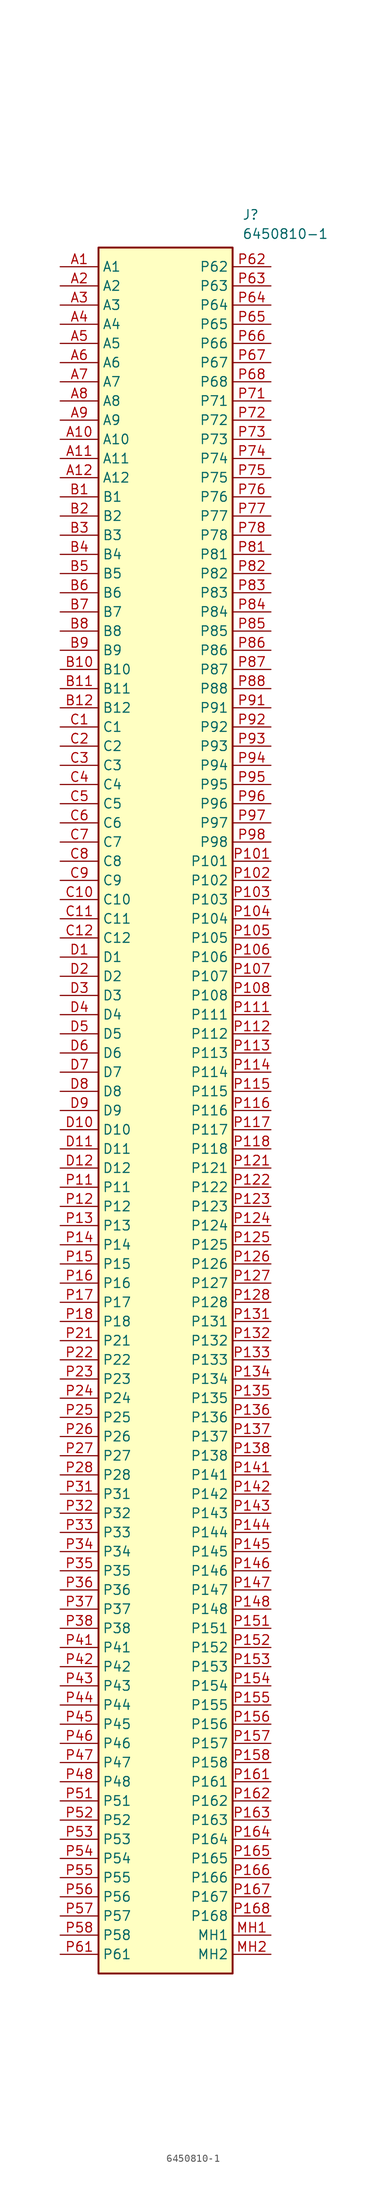
<source format=kicad_sym>
(kicad_symbol_lib
  (version 20220914)
  (generator kicad_symbol_editor)
  (symbol "6450810-1"
    (property "Reference" "J"
      (at 24.13 7.62 0)
      (effects (font (size 1.27 1.27)) (justify left top)))
    (property "Value" "6450810-1"
      (at 24.13 5.08 0)
      (effects (font (size 1.27 1.27)) (justify left top)))
    (symbol "6450810-1_1_1"
      (rectangle (start 5.08 2.54) (end 22.86 -226.06) (stroke (width 0.254) (type default)) (fill (type background)))
      (pin passive line (at 0 0 0) (length 5.08) (name "A1" (effects (font (size 1.27 1.27)))) (number "A1" (effects (font (size 1.27 1.27)))))
      (pin passive line (at 0 -22.86 0) (length 5.08) (name "A10" (effects (font (size 1.27 1.27)))) (number "A10" (effects (font (size 1.27 1.27)))))
      (pin passive line (at 0 -25.4 0) (length 5.08) (name "A11" (effects (font (size 1.27 1.27)))) (number "A11" (effects (font (size 1.27 1.27)))))
      (pin passive line (at 0 -27.94 0) (length 5.08) (name "A12" (effects (font (size 1.27 1.27)))) (number "A12" (effects (font (size 1.27 1.27)))))
      (pin passive line (at 0 -2.54 0) (length 5.08) (name "A2" (effects (font (size 1.27 1.27)))) (number "A2" (effects (font (size 1.27 1.27)))))
      (pin passive line (at 0 -5.08 0) (length 5.08) (name "A3" (effects (font (size 1.27 1.27)))) (number "A3" (effects (font (size 1.27 1.27)))))
      (pin passive line (at 0 -7.62 0) (length 5.08) (name "A4" (effects (font (size 1.27 1.27)))) (number "A4" (effects (font (size 1.27 1.27)))))
      (pin passive line (at 0 -10.16 0) (length 5.08) (name "A5" (effects (font (size 1.27 1.27)))) (number "A5" (effects (font (size 1.27 1.27)))))
      (pin passive line (at 0 -12.7 0) (length 5.08) (name "A6" (effects (font (size 1.27 1.27)))) (number "A6" (effects (font (size 1.27 1.27)))))
      (pin passive line (at 0 -15.24 0) (length 5.08) (name "A7" (effects (font (size 1.27 1.27)))) (number "A7" (effects (font (size 1.27 1.27)))))
      (pin passive line (at 0 -17.78 0) (length 5.08) (name "A8" (effects (font (size 1.27 1.27)))) (number "A8" (effects (font (size 1.27 1.27)))))
      (pin passive line (at 0 -20.32 0) (length 5.08) (name "A9" (effects (font (size 1.27 1.27)))) (number "A9" (effects (font (size 1.27 1.27)))))
      (pin passive line (at 0 -30.48 0) (length 5.08) (name "B1" (effects (font (size 1.27 1.27)))) (number "B1" (effects (font (size 1.27 1.27)))))
      (pin passive line (at 0 -53.34 0) (length 5.08) (name "B10" (effects (font (size 1.27 1.27)))) (number "B10" (effects (font (size 1.27 1.27)))))
      (pin passive line (at 0 -55.88 0) (length 5.08) (name "B11" (effects (font (size 1.27 1.27)))) (number "B11" (effects (font (size 1.27 1.27)))))
      (pin passive line (at 0 -58.42 0) (length 5.08) (name "B12" (effects (font (size 1.27 1.27)))) (number "B12" (effects (font (size 1.27 1.27)))))
      (pin passive line (at 0 -33.02 0) (length 5.08) (name "B2" (effects (font (size 1.27 1.27)))) (number "B2" (effects (font (size 1.27 1.27)))))
      (pin passive line (at 0 -35.56 0) (length 5.08) (name "B3" (effects (font (size 1.27 1.27)))) (number "B3" (effects (font (size 1.27 1.27)))))
      (pin passive line (at 0 -38.1 0) (length 5.08) (name "B4" (effects (font (size 1.27 1.27)))) (number "B4" (effects (font (size 1.27 1.27)))))
      (pin passive line (at 0 -40.64 0) (length 5.08) (name "B5" (effects (font (size 1.27 1.27)))) (number "B5" (effects (font (size 1.27 1.27)))))
      (pin passive line (at 0 -43.18 0) (length 5.08) (name "B6" (effects (font (size 1.27 1.27)))) (number "B6" (effects (font (size 1.27 1.27)))))
      (pin passive line (at 0 -45.72 0) (length 5.08) (name "B7" (effects (font (size 1.27 1.27)))) (number "B7" (effects (font (size 1.27 1.27)))))
      (pin passive line (at 0 -48.26 0) (length 5.08) (name "B8" (effects (font (size 1.27 1.27)))) (number "B8" (effects (font (size 1.27 1.27)))))
      (pin passive line (at 0 -50.8 0) (length 5.08) (name "B9" (effects (font (size 1.27 1.27)))) (number "B9" (effects (font (size 1.27 1.27)))))
      (pin passive line (at 0 -60.96 0) (length 5.08) (name "C1" (effects (font (size 1.27 1.27)))) (number "C1" (effects (font (size 1.27 1.27)))))
      (pin passive line (at 0 -83.82 0) (length 5.08) (name "C10" (effects (font (size 1.27 1.27)))) (number "C10" (effects (font (size 1.27 1.27)))))
      (pin passive line (at 0 -86.36 0) (length 5.08) (name "C11" (effects (font (size 1.27 1.27)))) (number "C11" (effects (font (size 1.27 1.27)))))
      (pin passive line (at 0 -88.9 0) (length 5.08) (name "C12" (effects (font (size 1.27 1.27)))) (number "C12" (effects (font (size 1.27 1.27)))))
      (pin passive line (at 0 -63.5 0) (length 5.08) (name "C2" (effects (font (size 1.27 1.27)))) (number "C2" (effects (font (size 1.27 1.27)))))
      (pin passive line (at 0 -66.04 0) (length 5.08) (name "C3" (effects (font (size 1.27 1.27)))) (number "C3" (effects (font (size 1.27 1.27)))))
      (pin passive line (at 0 -68.58 0) (length 5.08) (name "C4" (effects (font (size 1.27 1.27)))) (number "C4" (effects (font (size 1.27 1.27)))))
      (pin passive line (at 0 -71.12 0) (length 5.08) (name "C5" (effects (font (size 1.27 1.27)))) (number "C5" (effects (font (size 1.27 1.27)))))
      (pin passive line (at 0 -73.66 0) (length 5.08) (name "C6" (effects (font (size 1.27 1.27)))) (number "C6" (effects (font (size 1.27 1.27)))))
      (pin passive line (at 0 -76.2 0) (length 5.08) (name "C7" (effects (font (size 1.27 1.27)))) (number "C7" (effects (font (size 1.27 1.27)))))
      (pin passive line (at 0 -78.74 0) (length 5.08) (name "C8" (effects (font (size 1.27 1.27)))) (number "C8" (effects (font (size 1.27 1.27)))))
      (pin passive line (at 0 -81.28 0) (length 5.08) (name "C9" (effects (font (size 1.27 1.27)))) (number "C9" (effects (font (size 1.27 1.27)))))
      (pin passive line (at 0 -91.44 0) (length 5.08) (name "D1" (effects (font (size 1.27 1.27)))) (number "D1" (effects (font (size 1.27 1.27)))))
      (pin passive line (at 0 -114.3 0) (length 5.08) (name "D10" (effects (font (size 1.27 1.27)))) (number "D10" (effects (font (size 1.27 1.27)))))
      (pin passive line (at 0 -116.84 0) (length 5.08) (name "D11" (effects (font (size 1.27 1.27)))) (number "D11" (effects (font (size 1.27 1.27)))))
      (pin passive line (at 0 -119.38 0) (length 5.08) (name "D12" (effects (font (size 1.27 1.27)))) (number "D12" (effects (font (size 1.27 1.27)))))
      (pin passive line (at 0 -93.98 0) (length 5.08) (name "D2" (effects (font (size 1.27 1.27)))) (number "D2" (effects (font (size 1.27 1.27)))))
      (pin passive line (at 0 -96.52 0) (length 5.08) (name "D3" (effects (font (size 1.27 1.27)))) (number "D3" (effects (font (size 1.27 1.27)))))
      (pin passive line (at 0 -99.06 0) (length 5.08) (name "D4" (effects (font (size 1.27 1.27)))) (number "D4" (effects (font (size 1.27 1.27)))))
      (pin passive line (at 0 -101.6 0) (length 5.08) (name "D5" (effects (font (size 1.27 1.27)))) (number "D5" (effects (font (size 1.27 1.27)))))
      (pin passive line (at 0 -104.14 0) (length 5.08) (name "D6" (effects (font (size 1.27 1.27)))) (number "D6" (effects (font (size 1.27 1.27)))))
      (pin passive line (at 0 -106.68 0) (length 5.08) (name "D7" (effects (font (size 1.27 1.27)))) (number "D7" (effects (font (size 1.27 1.27)))))
      (pin passive line (at 0 -109.22 0) (length 5.08) (name "D8" (effects (font (size 1.27 1.27)))) (number "D8" (effects (font (size 1.27 1.27)))))
      (pin passive line (at 0 -111.76 0) (length 5.08) (name "D9" (effects (font (size 1.27 1.27)))) (number "D9" (effects (font (size 1.27 1.27)))))
      (pin passive line (at 27.94 -220.98 180) (length 5.08) (name "MH1" (effects (font (size 1.27 1.27)))) (number "MH1" (effects (font (size 1.27 1.27)))))
      (pin passive line (at 27.94 -223.52 180) (length 5.08) (name "MH2" (effects (font (size 1.27 1.27)))) (number "MH2" (effects (font (size 1.27 1.27)))))
      (pin passive line (at 27.94 -78.74 180) (length 5.08) (name "P101" (effects (font (size 1.27 1.27)))) (number "P101" (effects (font (size 1.27 1.27)))))
      (pin passive line (at 27.94 -81.28 180) (length 5.08) (name "P102" (effects (font (size 1.27 1.27)))) (number "P102" (effects (font (size 1.27 1.27)))))
      (pin passive line (at 27.94 -83.82 180) (length 5.08) (name "P103" (effects (font (size 1.27 1.27)))) (number "P103" (effects (font (size 1.27 1.27)))))
      (pin passive line (at 27.94 -86.36 180) (length 5.08) (name "P104" (effects (font (size 1.27 1.27)))) (number "P104" (effects (font (size 1.27 1.27)))))
      (pin passive line (at 27.94 -88.9 180) (length 5.08) (name "P105" (effects (font (size 1.27 1.27)))) (number "P105" (effects (font (size 1.27 1.27)))))
      (pin passive line (at 27.94 -91.44 180) (length 5.08) (name "P106" (effects (font (size 1.27 1.27)))) (number "P106" (effects (font (size 1.27 1.27)))))
      (pin passive line (at 27.94 -93.98 180) (length 5.08) (name "P107" (effects (font (size 1.27 1.27)))) (number "P107" (effects (font (size 1.27 1.27)))))
      (pin passive line (at 27.94 -96.52 180) (length 5.08) (name "P108" (effects (font (size 1.27 1.27)))) (number "P108" (effects (font (size 1.27 1.27)))))
      (pin passive line (at 0 -121.92 0) (length 5.08) (name "P11" (effects (font (size 1.27 1.27)))) (number "P11" (effects (font (size 1.27 1.27)))))
      (pin passive line (at 27.94 -99.06 180) (length 5.08) (name "P111" (effects (font (size 1.27 1.27)))) (number "P111" (effects (font (size 1.27 1.27)))))
      (pin passive line (at 27.94 -101.6 180) (length 5.08) (name "P112" (effects (font (size 1.27 1.27)))) (number "P112" (effects (font (size 1.27 1.27)))))
      (pin passive line (at 27.94 -104.14 180) (length 5.08) (name "P113" (effects (font (size 1.27 1.27)))) (number "P113" (effects (font (size 1.27 1.27)))))
      (pin passive line (at 27.94 -106.68 180) (length 5.08) (name "P114" (effects (font (size 1.27 1.27)))) (number "P114" (effects (font (size 1.27 1.27)))))
      (pin passive line (at 27.94 -109.22 180) (length 5.08) (name "P115" (effects (font (size 1.27 1.27)))) (number "P115" (effects (font (size 1.27 1.27)))))
      (pin passive line (at 27.94 -111.76 180) (length 5.08) (name "P116" (effects (font (size 1.27 1.27)))) (number "P116" (effects (font (size 1.27 1.27)))))
      (pin passive line (at 27.94 -114.3 180) (length 5.08) (name "P117" (effects (font (size 1.27 1.27)))) (number "P117" (effects (font (size 1.27 1.27)))))
      (pin passive line (at 27.94 -116.84 180) (length 5.08) (name "P118" (effects (font (size 1.27 1.27)))) (number "P118" (effects (font (size 1.27 1.27)))))
      (pin passive line (at 0 -124.46 0) (length 5.08) (name "P12" (effects (font (size 1.27 1.27)))) (number "P12" (effects (font (size 1.27 1.27)))))
      (pin passive line (at 27.94 -119.38 180) (length 5.08) (name "P121" (effects (font (size 1.27 1.27)))) (number "P121" (effects (font (size 1.27 1.27)))))
      (pin passive line (at 27.94 -121.92 180) (length 5.08) (name "P122" (effects (font (size 1.27 1.27)))) (number "P122" (effects (font (size 1.27 1.27)))))
      (pin passive line (at 27.94 -124.46 180) (length 5.08) (name "P123" (effects (font (size 1.27 1.27)))) (number "P123" (effects (font (size 1.27 1.27)))))
      (pin passive line (at 27.94 -127 180) (length 5.08) (name "P124" (effects (font (size 1.27 1.27)))) (number "P124" (effects (font (size 1.27 1.27)))))
      (pin passive line (at 27.94 -129.54 180) (length 5.08) (name "P125" (effects (font (size 1.27 1.27)))) (number "P125" (effects (font (size 1.27 1.27)))))
      (pin passive line (at 27.94 -132.08 180) (length 5.08) (name "P126" (effects (font (size 1.27 1.27)))) (number "P126" (effects (font (size 1.27 1.27)))))
      (pin passive line (at 27.94 -134.62 180) (length 5.08) (name "P127" (effects (font (size 1.27 1.27)))) (number "P127" (effects (font (size 1.27 1.27)))))
      (pin passive line (at 27.94 -137.16 180) (length 5.08) (name "P128" (effects (font (size 1.27 1.27)))) (number "P128" (effects (font (size 1.27 1.27)))))
      (pin passive line (at 0 -127 0) (length 5.08) (name "P13" (effects (font (size 1.27 1.27)))) (number "P13" (effects (font (size 1.27 1.27)))))
      (pin passive line (at 27.94 -139.7 180) (length 5.08) (name "P131" (effects (font (size 1.27 1.27)))) (number "P131" (effects (font (size 1.27 1.27)))))
      (pin passive line (at 27.94 -142.24 180) (length 5.08) (name "P132" (effects (font (size 1.27 1.27)))) (number "P132" (effects (font (size 1.27 1.27)))))
      (pin passive line (at 27.94 -144.78 180) (length 5.08) (name "P133" (effects (font (size 1.27 1.27)))) (number "P133" (effects (font (size 1.27 1.27)))))
      (pin passive line (at 27.94 -147.32 180) (length 5.08) (name "P134" (effects (font (size 1.27 1.27)))) (number "P134" (effects (font (size 1.27 1.27)))))
      (pin passive line (at 27.94 -149.86 180) (length 5.08) (name "P135" (effects (font (size 1.27 1.27)))) (number "P135" (effects (font (size 1.27 1.27)))))
      (pin passive line (at 27.94 -152.4 180) (length 5.08) (name "P136" (effects (font (size 1.27 1.27)))) (number "P136" (effects (font (size 1.27 1.27)))))
      (pin passive line (at 27.94 -154.94 180) (length 5.08) (name "P137" (effects (font (size 1.27 1.27)))) (number "P137" (effects (font (size 1.27 1.27)))))
      (pin passive line (at 27.94 -157.48 180) (length 5.08) (name "P138" (effects (font (size 1.27 1.27)))) (number "P138" (effects (font (size 1.27 1.27)))))
      (pin passive line (at 0 -129.54 0) (length 5.08) (name "P14" (effects (font (size 1.27 1.27)))) (number "P14" (effects (font (size 1.27 1.27)))))
      (pin passive line (at 27.94 -160.02 180) (length 5.08) (name "P141" (effects (font (size 1.27 1.27)))) (number "P141" (effects (font (size 1.27 1.27)))))
      (pin passive line (at 27.94 -162.56 180) (length 5.08) (name "P142" (effects (font (size 1.27 1.27)))) (number "P142" (effects (font (size 1.27 1.27)))))
      (pin passive line (at 27.94 -165.1 180) (length 5.08) (name "P143" (effects (font (size 1.27 1.27)))) (number "P143" (effects (font (size 1.27 1.27)))))
      (pin passive line (at 27.94 -167.64 180) (length 5.08) (name "P144" (effects (font (size 1.27 1.27)))) (number "P144" (effects (font (size 1.27 1.27)))))
      (pin passive line (at 27.94 -170.18 180) (length 5.08) (name "P145" (effects (font (size 1.27 1.27)))) (number "P145" (effects (font (size 1.27 1.27)))))
      (pin passive line (at 27.94 -172.72 180) (length 5.08) (name "P146" (effects (font (size 1.27 1.27)))) (number "P146" (effects (font (size 1.27 1.27)))))
      (pin passive line (at 27.94 -175.26 180) (length 5.08) (name "P147" (effects (font (size 1.27 1.27)))) (number "P147" (effects (font (size 1.27 1.27)))))
      (pin passive line (at 27.94 -177.8 180) (length 5.08) (name "P148" (effects (font (size 1.27 1.27)))) (number "P148" (effects (font (size 1.27 1.27)))))
      (pin passive line (at 0 -132.08 0) (length 5.08) (name "P15" (effects (font (size 1.27 1.27)))) (number "P15" (effects (font (size 1.27 1.27)))))
      (pin passive line (at 27.94 -180.34 180) (length 5.08) (name "P151" (effects (font (size 1.27 1.27)))) (number "P151" (effects (font (size 1.27 1.27)))))
      (pin passive line (at 27.94 -182.88 180) (length 5.08) (name "P152" (effects (font (size 1.27 1.27)))) (number "P152" (effects (font (size 1.27 1.27)))))
      (pin passive line (at 27.94 -185.42 180) (length 5.08) (name "P153" (effects (font (size 1.27 1.27)))) (number "P153" (effects (font (size 1.27 1.27)))))
      (pin passive line (at 27.94 -187.96 180) (length 5.08) (name "P154" (effects (font (size 1.27 1.27)))) (number "P154" (effects (font (size 1.27 1.27)))))
      (pin passive line (at 27.94 -190.5 180) (length 5.08) (name "P155" (effects (font (size 1.27 1.27)))) (number "P155" (effects (font (size 1.27 1.27)))))
      (pin passive line (at 27.94 -193.04 180) (length 5.08) (name "P156" (effects (font (size 1.27 1.27)))) (number "P156" (effects (font (size 1.27 1.27)))))
      (pin passive line (at 27.94 -195.58 180) (length 5.08) (name "P157" (effects (font (size 1.27 1.27)))) (number "P157" (effects (font (size 1.27 1.27)))))
      (pin passive line (at 27.94 -198.12 180) (length 5.08) (name "P158" (effects (font (size 1.27 1.27)))) (number "P158" (effects (font (size 1.27 1.27)))))
      (pin passive line (at 0 -134.62 0) (length 5.08) (name "P16" (effects (font (size 1.27 1.27)))) (number "P16" (effects (font (size 1.27 1.27)))))
      (pin passive line (at 27.94 -200.66 180) (length 5.08) (name "P161" (effects (font (size 1.27 1.27)))) (number "P161" (effects (font (size 1.27 1.27)))))
      (pin passive line (at 27.94 -203.2 180) (length 5.08) (name "P162" (effects (font (size 1.27 1.27)))) (number "P162" (effects (font (size 1.27 1.27)))))
      (pin passive line (at 27.94 -205.74 180) (length 5.08) (name "P163" (effects (font (size 1.27 1.27)))) (number "P163" (effects (font (size 1.27 1.27)))))
      (pin passive line (at 27.94 -208.28 180) (length 5.08) (name "P164" (effects (font (size 1.27 1.27)))) (number "P164" (effects (font (size 1.27 1.27)))))
      (pin passive line (at 27.94 -210.82 180) (length 5.08) (name "P165" (effects (font (size 1.27 1.27)))) (number "P165" (effects (font (size 1.27 1.27)))))
      (pin passive line (at 27.94 -213.36 180) (length 5.08) (name "P166" (effects (font (size 1.27 1.27)))) (number "P166" (effects (font (size 1.27 1.27)))))
      (pin passive line (at 27.94 -215.9 180) (length 5.08) (name "P167" (effects (font (size 1.27 1.27)))) (number "P167" (effects (font (size 1.27 1.27)))))
      (pin passive line (at 27.94 -218.44 180) (length 5.08) (name "P168" (effects (font (size 1.27 1.27)))) (number "P168" (effects (font (size 1.27 1.27)))))
      (pin passive line (at 0 -137.16 0) (length 5.08) (name "P17" (effects (font (size 1.27 1.27)))) (number "P17" (effects (font (size 1.27 1.27)))))
      (pin passive line (at 0 -139.7 0) (length 5.08) (name "P18" (effects (font (size 1.27 1.27)))) (number "P18" (effects (font (size 1.27 1.27)))))
      (pin passive line (at 0 -142.24 0) (length 5.08) (name "P21" (effects (font (size 1.27 1.27)))) (number "P21" (effects (font (size 1.27 1.27)))))
      (pin passive line (at 0 -144.78 0) (length 5.08) (name "P22" (effects (font (size 1.27 1.27)))) (number "P22" (effects (font (size 1.27 1.27)))))
      (pin passive line (at 0 -147.32 0) (length 5.08) (name "P23" (effects (font (size 1.27 1.27)))) (number "P23" (effects (font (size 1.27 1.27)))))
      (pin passive line (at 0 -149.86 0) (length 5.08) (name "P24" (effects (font (size 1.27 1.27)))) (number "P24" (effects (font (size 1.27 1.27)))))
      (pin passive line (at 0 -152.4 0) (length 5.08) (name "P25" (effects (font (size 1.27 1.27)))) (number "P25" (effects (font (size 1.27 1.27)))))
      (pin passive line (at 0 -154.94 0) (length 5.08) (name "P26" (effects (font (size 1.27 1.27)))) (number "P26" (effects (font (size 1.27 1.27)))))
      (pin passive line (at 0 -157.48 0) (length 5.08) (name "P27" (effects (font (size 1.27 1.27)))) (number "P27" (effects (font (size 1.27 1.27)))))
      (pin passive line (at 0 -160.02 0) (length 5.08) (name "P28" (effects (font (size 1.27 1.27)))) (number "P28" (effects (font (size 1.27 1.27)))))
      (pin passive line (at 0 -162.56 0) (length 5.08) (name "P31" (effects (font (size 1.27 1.27)))) (number "P31" (effects (font (size 1.27 1.27)))))
      (pin passive line (at 0 -165.1 0) (length 5.08) (name "P32" (effects (font (size 1.27 1.27)))) (number "P32" (effects (font (size 1.27 1.27)))))
      (pin passive line (at 0 -167.64 0) (length 5.08) (name "P33" (effects (font (size 1.27 1.27)))) (number "P33" (effects (font (size 1.27 1.27)))))
      (pin passive line (at 0 -170.18 0) (length 5.08) (name "P34" (effects (font (size 1.27 1.27)))) (number "P34" (effects (font (size 1.27 1.27)))))
      (pin passive line (at 0 -172.72 0) (length 5.08) (name "P35" (effects (font (size 1.27 1.27)))) (number "P35" (effects (font (size 1.27 1.27)))))
      (pin passive line (at 0 -175.26 0) (length 5.08) (name "P36" (effects (font (size 1.27 1.27)))) (number "P36" (effects (font (size 1.27 1.27)))))
      (pin passive line (at 0 -177.8 0) (length 5.08) (name "P37" (effects (font (size 1.27 1.27)))) (number "P37" (effects (font (size 1.27 1.27)))))
      (pin passive line (at 0 -180.34 0) (length 5.08) (name "P38" (effects (font (size 1.27 1.27)))) (number "P38" (effects (font (size 1.27 1.27)))))
      (pin passive line (at 0 -182.88 0) (length 5.08) (name "P41" (effects (font (size 1.27 1.27)))) (number "P41" (effects (font (size 1.27 1.27)))))
      (pin passive line (at 0 -185.42 0) (length 5.08) (name "P42" (effects (font (size 1.27 1.27)))) (number "P42" (effects (font (size 1.27 1.27)))))
      (pin passive line (at 0 -187.96 0) (length 5.08) (name "P43" (effects (font (size 1.27 1.27)))) (number "P43" (effects (font (size 1.27 1.27)))))
      (pin passive line (at 0 -190.5 0) (length 5.08) (name "P44" (effects (font (size 1.27 1.27)))) (number "P44" (effects (font (size 1.27 1.27)))))
      (pin passive line (at 0 -193.04 0) (length 5.08) (name "P45" (effects (font (size 1.27 1.27)))) (number "P45" (effects (font (size 1.27 1.27)))))
      (pin passive line (at 0 -195.58 0) (length 5.08) (name "P46" (effects (font (size 1.27 1.27)))) (number "P46" (effects (font (size 1.27 1.27)))))
      (pin passive line (at 0 -198.12 0) (length 5.08) (name "P47" (effects (font (size 1.27 1.27)))) (number "P47" (effects (font (size 1.27 1.27)))))
      (pin passive line (at 0 -200.66 0) (length 5.08) (name "P48" (effects (font (size 1.27 1.27)))) (number "P48" (effects (font (size 1.27 1.27)))))
      (pin passive line (at 0 -203.2 0) (length 5.08) (name "P51" (effects (font (size 1.27 1.27)))) (number "P51" (effects (font (size 1.27 1.27)))))
      (pin passive line (at 0 -205.74 0) (length 5.08) (name "P52" (effects (font (size 1.27 1.27)))) (number "P52" (effects (font (size 1.27 1.27)))))
      (pin passive line (at 0 -208.28 0) (length 5.08) (name "P53" (effects (font (size 1.27 1.27)))) (number "P53" (effects (font (size 1.27 1.27)))))
      (pin passive line (at 0 -210.82 0) (length 5.08) (name "P54" (effects (font (size 1.27 1.27)))) (number "P54" (effects (font (size 1.27 1.27)))))
      (pin passive line (at 0 -213.36 0) (length 5.08) (name "P55" (effects (font (size 1.27 1.27)))) (number "P55" (effects (font (size 1.27 1.27)))))
      (pin passive line (at 0 -215.9 0) (length 5.08) (name "P56" (effects (font (size 1.27 1.27)))) (number "P56" (effects (font (size 1.27 1.27)))))
      (pin passive line (at 0 -218.44 0) (length 5.08) (name "P57" (effects (font (size 1.27 1.27)))) (number "P57" (effects (font (size 1.27 1.27)))))
      (pin passive line (at 0 -220.98 0) (length 5.08) (name "P58" (effects (font (size 1.27 1.27)))) (number "P58" (effects (font (size 1.27 1.27)))))
      (pin passive line (at 0 -223.52 0) (length 5.08) (name "P61" (effects (font (size 1.27 1.27)))) (number "P61" (effects (font (size 1.27 1.27)))))
      (pin passive line (at 27.94 0 180) (length 5.08) (name "P62" (effects (font (size 1.27 1.27)))) (number "P62" (effects (font (size 1.27 1.27)))))
      (pin passive line (at 27.94 -2.54 180) (length 5.08) (name "P63" (effects (font (size 1.27 1.27)))) (number "P63" (effects (font (size 1.27 1.27)))))
      (pin passive line (at 27.94 -5.08 180) (length 5.08) (name "P64" (effects (font (size 1.27 1.27)))) (number "P64" (effects (font (size 1.27 1.27)))))
      (pin passive line (at 27.94 -7.62 180) (length 5.08) (name "P65" (effects (font (size 1.27 1.27)))) (number "P65" (effects (font (size 1.27 1.27)))))
      (pin passive line (at 27.94 -10.16 180) (length 5.08) (name "P66" (effects (font (size 1.27 1.27)))) (number "P66" (effects (font (size 1.27 1.27)))))
      (pin passive line (at 27.94 -12.7 180) (length 5.08) (name "P67" (effects (font (size 1.27 1.27)))) (number "P67" (effects (font (size 1.27 1.27)))))
      (pin passive line (at 27.94 -15.24 180) (length 5.08) (name "P68" (effects (font (size 1.27 1.27)))) (number "P68" (effects (font (size 1.27 1.27)))))
      (pin passive line (at 27.94 -17.78 180) (length 5.08) (name "P71" (effects (font (size 1.27 1.27)))) (number "P71" (effects (font (size 1.27 1.27)))))
      (pin passive line (at 27.94 -20.32 180) (length 5.08) (name "P72" (effects (font (size 1.27 1.27)))) (number "P72" (effects (font (size 1.27 1.27)))))
      (pin passive line (at 27.94 -22.86 180) (length 5.08) (name "P73" (effects (font (size 1.27 1.27)))) (number "P73" (effects (font (size 1.27 1.27)))))
      (pin passive line (at 27.94 -25.4 180) (length 5.08) (name "P74" (effects (font (size 1.27 1.27)))) (number "P74" (effects (font (size 1.27 1.27)))))
      (pin passive line (at 27.94 -27.94 180) (length 5.08) (name "P75" (effects (font (size 1.27 1.27)))) (number "P75" (effects (font (size 1.27 1.27)))))
      (pin passive line (at 27.94 -30.48 180) (length 5.08) (name "P76" (effects (font (size 1.27 1.27)))) (number "P76" (effects (font (size 1.27 1.27)))))
      (pin passive line (at 27.94 -33.02 180) (length 5.08) (name "P77" (effects (font (size 1.27 1.27)))) (number "P77" (effects (font (size 1.27 1.27)))))
      (pin passive line (at 27.94 -35.56 180) (length 5.08) (name "P78" (effects (font (size 1.27 1.27)))) (number "P78" (effects (font (size 1.27 1.27)))))
      (pin passive line (at 27.94 -38.1 180) (length 5.08) (name "P81" (effects (font (size 1.27 1.27)))) (number "P81" (effects (font (size 1.27 1.27)))))
      (pin passive line (at 27.94 -40.64 180) (length 5.08) (name "P82" (effects (font (size 1.27 1.27)))) (number "P82" (effects (font (size 1.27 1.27)))))
      (pin passive line (at 27.94 -43.18 180) (length 5.08) (name "P83" (effects (font (size 1.27 1.27)))) (number "P83" (effects (font (size 1.27 1.27)))))
      (pin passive line (at 27.94 -45.72 180) (length 5.08) (name "P84" (effects (font (size 1.27 1.27)))) (number "P84" (effects (font (size 1.27 1.27)))))
      (pin passive line (at 27.94 -48.26 180) (length 5.08) (name "P85" (effects (font (size 1.27 1.27)))) (number "P85" (effects (font (size 1.27 1.27)))))
      (pin passive line (at 27.94 -50.8 180) (length 5.08) (name "P86" (effects (font (size 1.27 1.27)))) (number "P86" (effects (font (size 1.27 1.27)))))
      (pin passive line (at 27.94 -53.34 180) (length 5.08) (name "P87" (effects (font (size 1.27 1.27)))) (number "P87" (effects (font (size 1.27 1.27)))))
      (pin passive line (at 27.94 -55.88 180) (length 5.08) (name "P88" (effects (font (size 1.27 1.27)))) (number "P88" (effects (font (size 1.27 1.27)))))
      (pin passive line (at 27.94 -58.42 180) (length 5.08) (name "P91" (effects (font (size 1.27 1.27)))) (number "P91" (effects (font (size 1.27 1.27)))))
      (pin passive line (at 27.94 -60.96 180) (length 5.08) (name "P92" (effects (font (size 1.27 1.27)))) (number "P92" (effects (font (size 1.27 1.27)))))
      (pin passive line (at 27.94 -63.5 180) (length 5.08) (name "P93" (effects (font (size 1.27 1.27)))) (number "P93" (effects (font (size 1.27 1.27)))))
      (pin passive line (at 27.94 -66.04 180) (length 5.08) (name "P94" (effects (font (size 1.27 1.27)))) (number "P94" (effects (font (size 1.27 1.27)))))
      (pin passive line (at 27.94 -68.58 180) (length 5.08) (name "P95" (effects (font (size 1.27 1.27)))) (number "P95" (effects (font (size 1.27 1.27)))))
      (pin passive line (at 27.94 -71.12 180) (length 5.08) (name "P96" (effects (font (size 1.27 1.27)))) (number "P96" (effects (font (size 1.27 1.27)))))
      (pin passive line (at 27.94 -73.66 180) (length 5.08) (name "P97" (effects (font (size 1.27 1.27)))) (number "P97" (effects (font (size 1.27 1.27)))))
      (pin passive line (at 27.94 -76.2 180) (length 5.08) (name "P98" (effects (font (size 1.27 1.27)))) (number "P98" (effects (font (size 1.27 1.27))))))))
</source>
